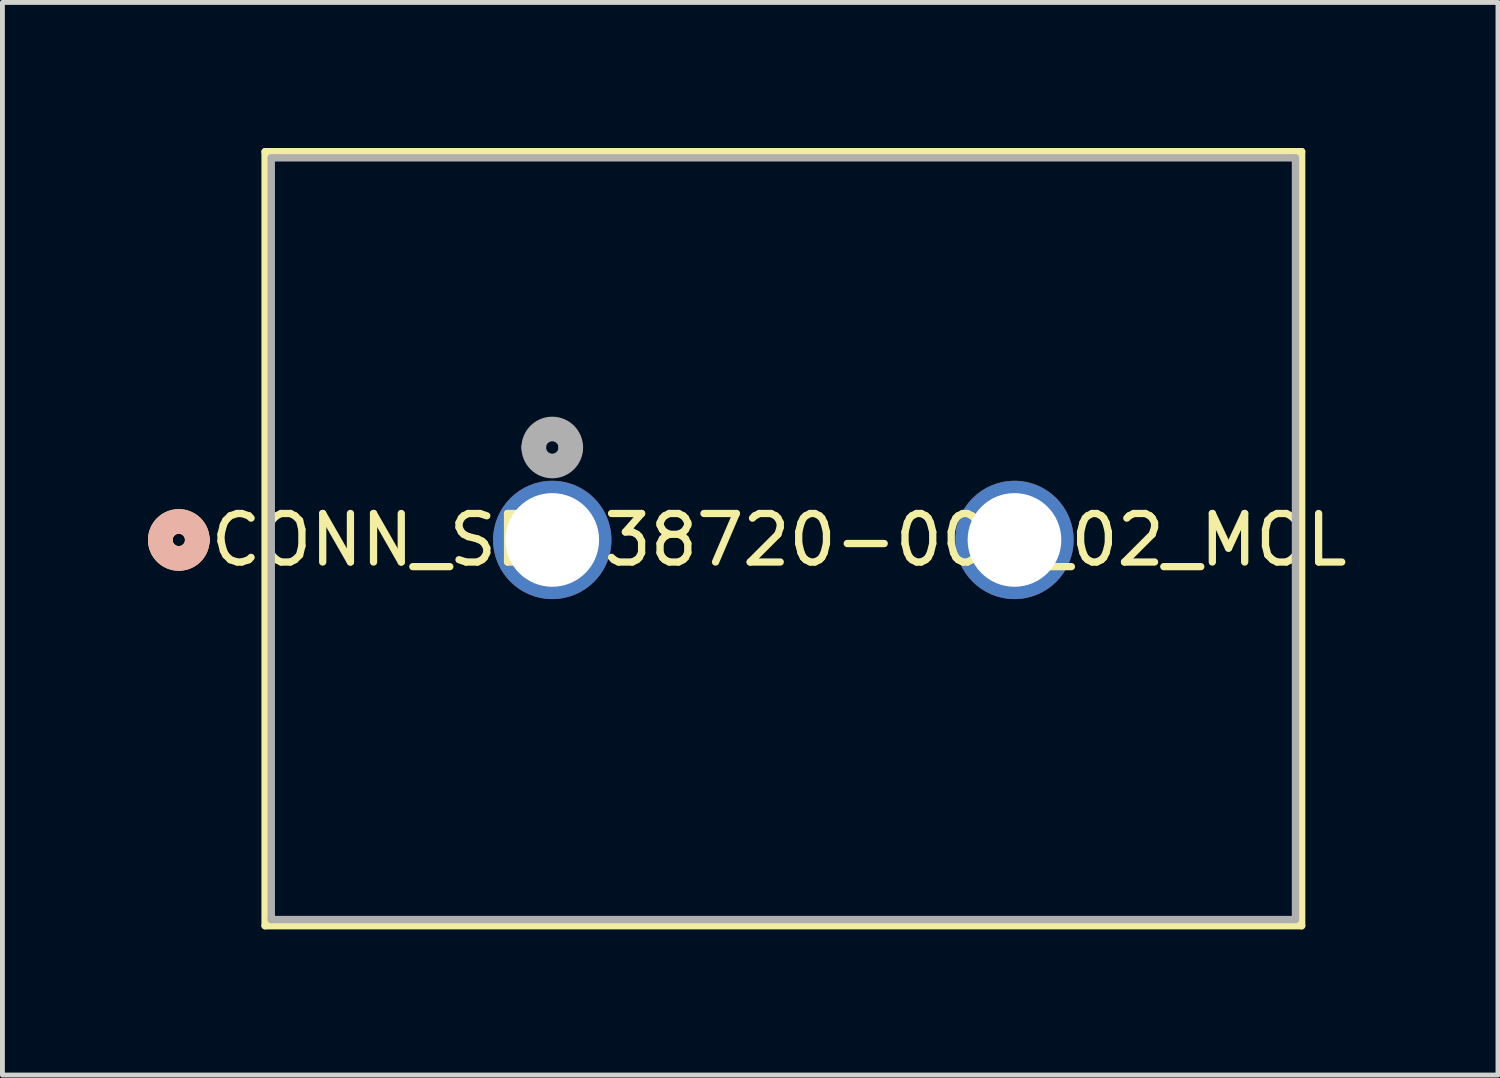
<source format=kicad_pcb>
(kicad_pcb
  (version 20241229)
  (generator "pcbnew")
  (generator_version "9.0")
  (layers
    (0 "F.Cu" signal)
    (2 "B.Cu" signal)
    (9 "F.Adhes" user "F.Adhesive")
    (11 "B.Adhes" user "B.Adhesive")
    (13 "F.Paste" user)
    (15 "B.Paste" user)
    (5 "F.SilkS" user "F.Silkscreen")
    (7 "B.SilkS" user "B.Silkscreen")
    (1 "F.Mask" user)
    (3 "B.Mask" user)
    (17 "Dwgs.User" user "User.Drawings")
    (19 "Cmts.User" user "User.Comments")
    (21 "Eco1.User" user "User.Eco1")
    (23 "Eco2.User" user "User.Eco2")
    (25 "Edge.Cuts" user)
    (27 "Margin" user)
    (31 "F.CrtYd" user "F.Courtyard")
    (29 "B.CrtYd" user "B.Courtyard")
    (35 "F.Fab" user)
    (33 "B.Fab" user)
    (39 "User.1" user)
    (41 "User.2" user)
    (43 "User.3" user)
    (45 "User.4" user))
  (footprint "CONN_SD-38720-002_02_MOL"
    (layer "F.Cu")
    (at 8.331 8.077)
    (property "Reference" "CONN_SD-38720-002_02_MOL" (at 4.674 0 0) (layer "F.SilkS") (effects (font (size 1 1) (thickness 0.15))))
    (attr through_hole)
    (fp_line (start -5.918 -8.001) (end -5.918 7.95) (stroke (width 0.152) (type solid)) (layer "F.SilkS"))
    (fp_line (start -5.918 7.95) (end 15.443 7.95) (stroke (width 0.152) (type solid)) (layer "F.SilkS"))
    (fp_line (start 15.443 -8.001) (end -5.918 -8.001) (stroke (width 0.152) (type solid)) (layer "F.SilkS"))
    (fp_line (start 15.443 7.95) (end 15.443 -8.001) (stroke (width 0.152) (type solid)) (layer "F.SilkS"))
    (fp_arc (start -8.0772 0) (mid -7.6962 -0.381) (end -7.3152 0) (stroke (width 0.508) (type solid)) (layer "F.SilkS"))
    (fp_arc (start -7.3152 0) (mid -7.6962 0.381) (end -8.0772 0) (stroke (width 0.508) (type solid)) (layer "F.SilkS"))
    (fp_arc (start -8.0772 0) (mid -7.6962 -0.381) (end -7.3152 0) (stroke (width 0.508) (type solid)) (layer "B.SilkS"))
    (fp_arc (start -7.3152 0) (mid -7.6962 0.381) (end -8.0772 0) (stroke (width 0.508) (type solid)) (layer "B.SilkS"))
    (fp_line (start -5.791 -7.874) (end -5.791 7.823) (stroke (width 0.152) (type solid)) (layer "F.Fab"))
    (fp_line (start -5.791 7.823) (end 15.316 7.823) (stroke (width 0.152) (type solid)) (layer "F.Fab"))
    (fp_line (start 15.316 -7.874) (end -5.791 -7.874) (stroke (width 0.152) (type solid)) (layer "F.Fab"))
    (fp_line (start 15.316 7.823) (end 15.316 -7.874) (stroke (width 0.152) (type solid)) (layer "F.Fab"))
    (fp_arc (start -0.381 -1.905) (mid 0 -2.286) (end 0.381 -1.905) (stroke (width 0.508) (type solid)) (layer "F.Fab"))
    (fp_arc (start 0.381 -1.905) (mid 0 -1.524) (end -0.381 -1.905) (stroke (width 0.508) (type solid)) (layer "F.Fab"))
    (pad "1" thru_hole circle (at 0 0) (size 2.438 2.438) (drill 1.93) (layers "*.Cu" "*.Mask"))
    (pad "2" thru_hole circle (at 9.525 0) (size 2.438 2.438) (drill 1.93) (layers "*.Cu" "*.Mask")))
  (gr_rect
    (start -3 -3)
    (end 27.82 19.104)
    (stroke (width 0.1) (type default))
    (fill no)
    (layer "Edge.Cuts")))
</source>
